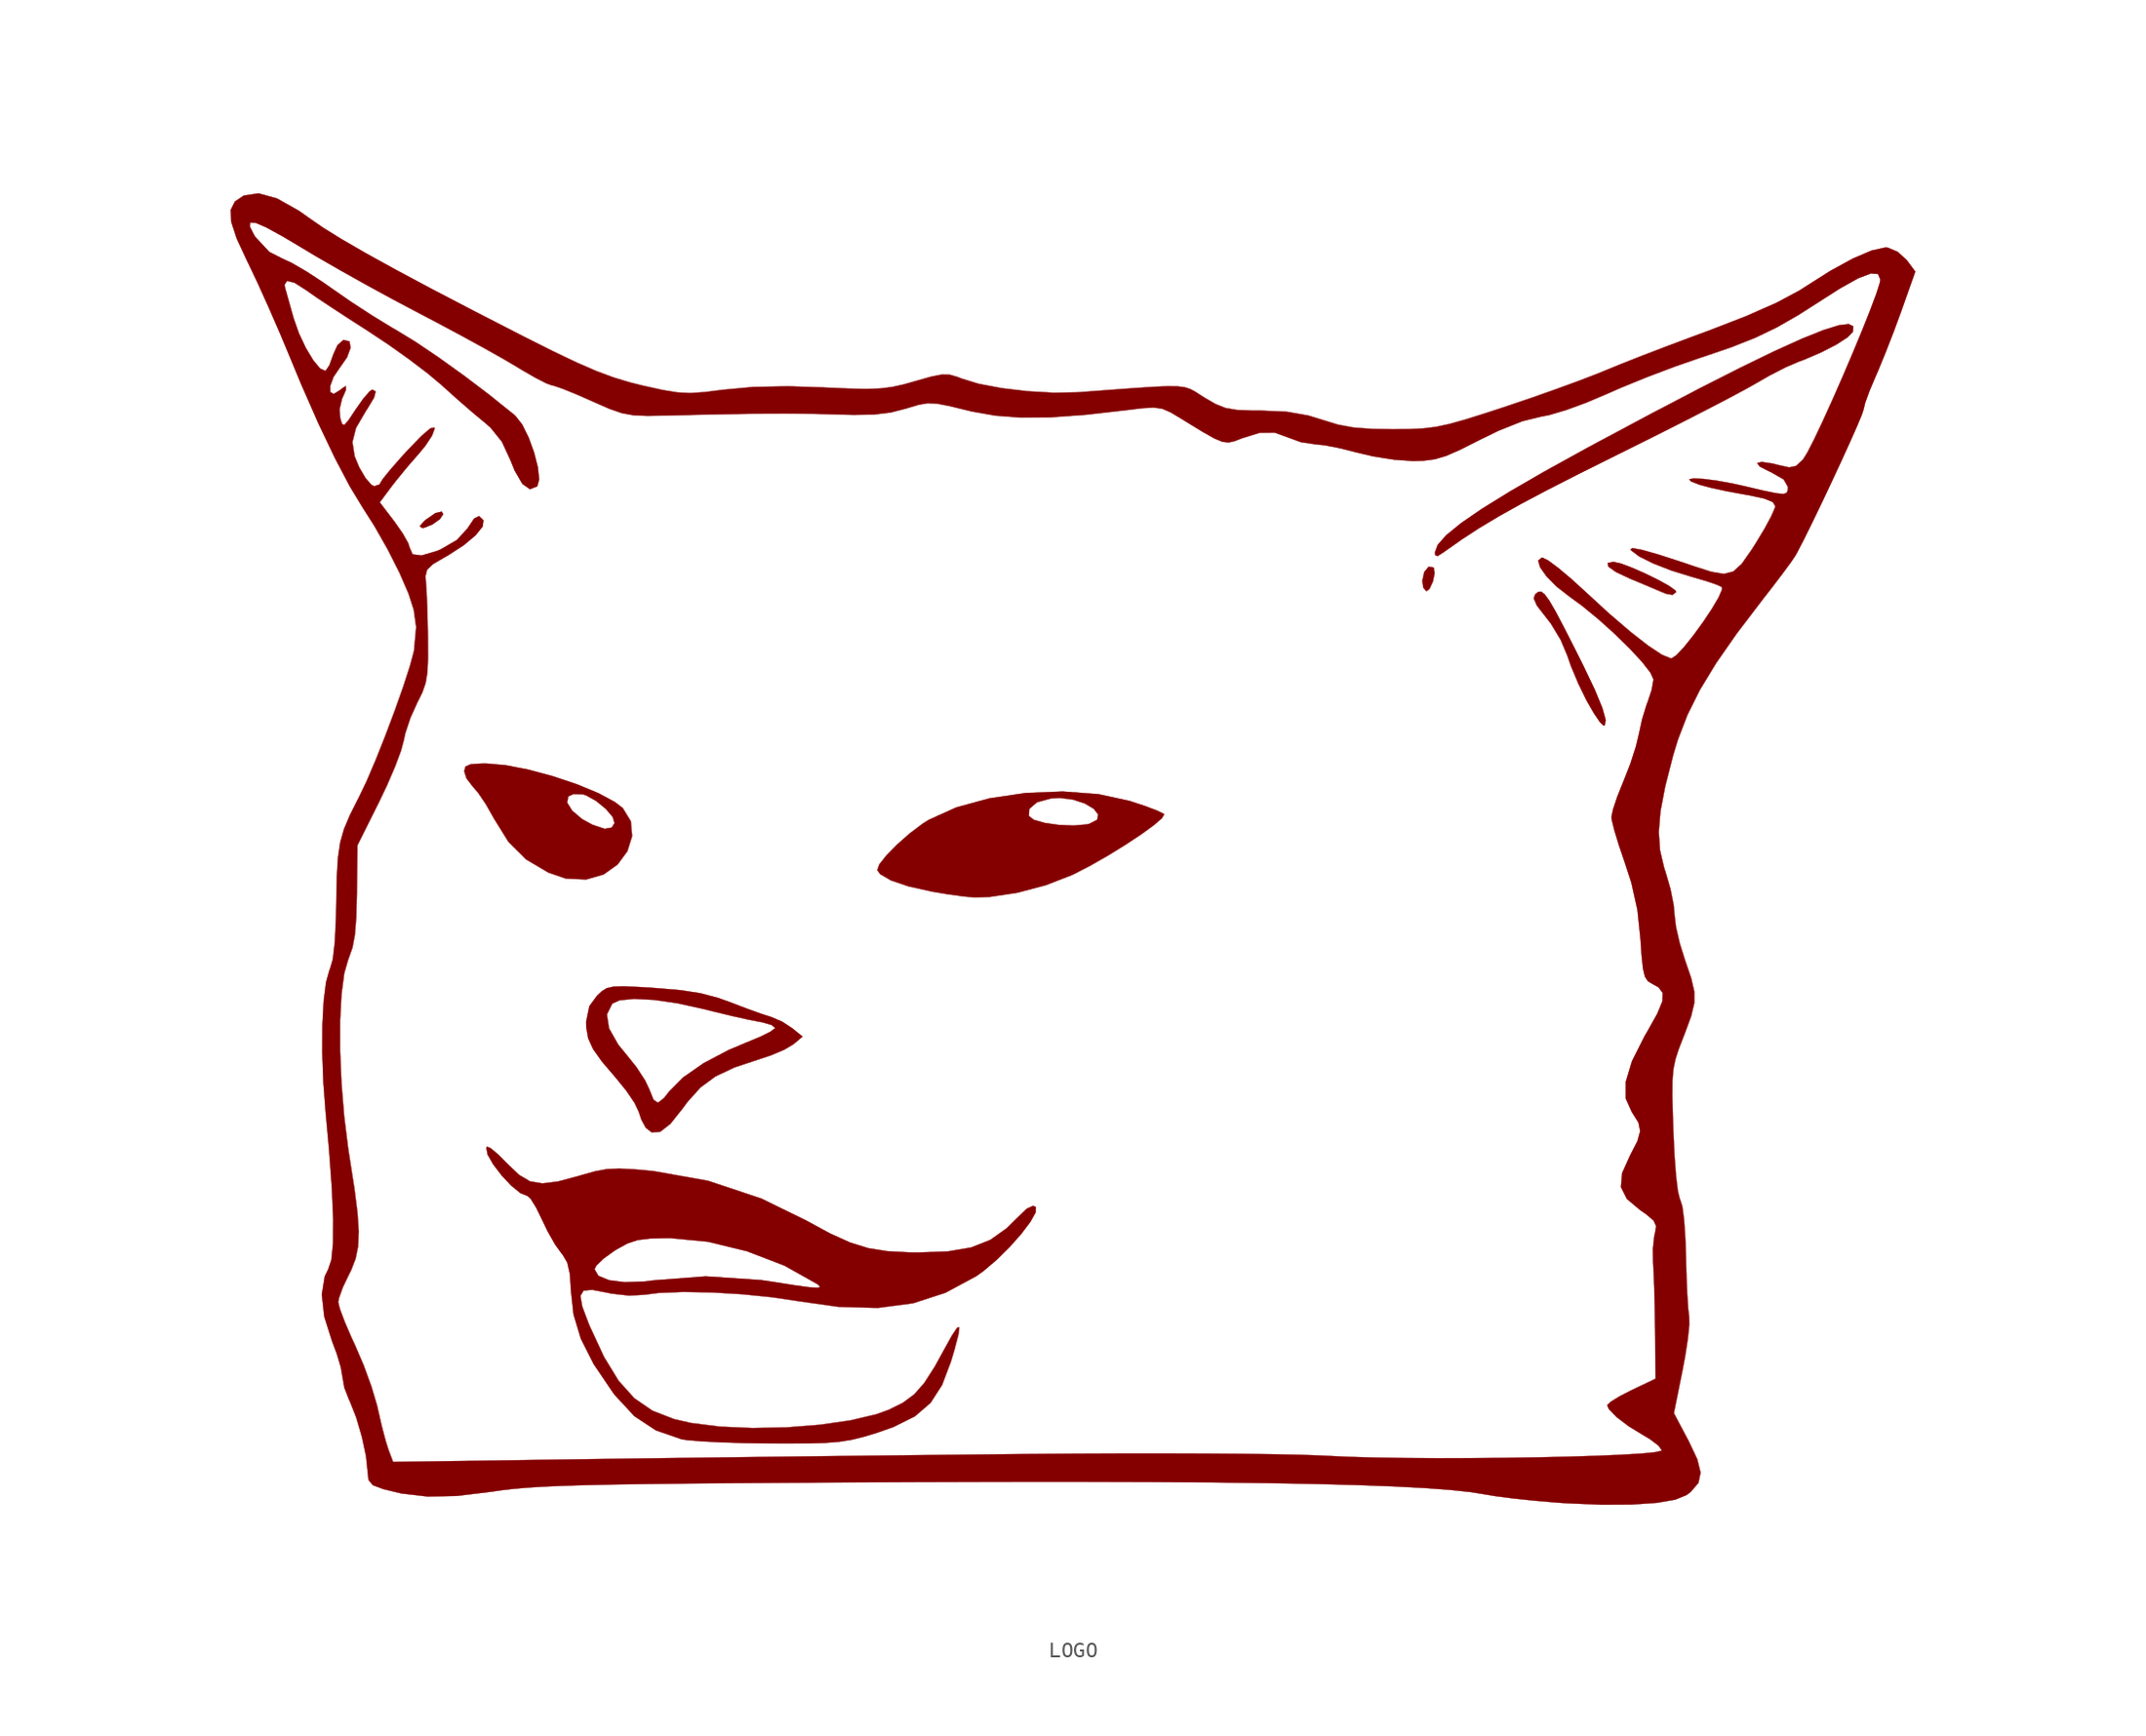
<source format=kicad_sym>
(kicad_symbol_lib
  (version 20220914)
  (generator "bitmap2component")
  (generator_version "8.0")
  (symbol "LOGO"
    (pin_names
      (offset 1.016))
    (property "Reference" "#G"
      (at 0 42.059 0)
      (effects (font (size 1.27 1.27)) hide))
    (symbol "LOGO_0_0"
      (polyline (pts (xy 36.432 -42.544) (xy 38.037 -42.435) (xy 39.235 -42.229) (xy 39.964 -41.931) (xy 40.235 -41.719) (xy 40.722 -41.15) (xy 40.859 -40.493) (xy 40.649 -39.636) (xy 40.097 -38.468) (xy 39.142 -36.667) (xy 39.706 -33.866) (xy 39.867 -33.005) (xy 40.042 -31.866) (xy 40.134 -30.971) (xy 40.125 -30.461) (xy 40.067 -29.992) (xy 40.007 -29.098) (xy 39.955 -27.92) (xy 39.919 -26.59) (xy 39.883 -25.475) (xy 39.801 -24.25) (xy 39.687 -23.374) (xy 39.552 -22.942) (xy 39.525 -22.896) (xy 39.399 -22.377) (xy 39.282 -21.418) (xy 39.182 -20.101) (xy 39.107 -18.509) (xy 39.075 -17.539) (xy 39.042 -16.228) (xy 39.05 -15.265) (xy 39.112 -14.53) (xy 39.241 -13.901) (xy 39.449 -13.257) (xy 39.749 -12.477) (xy 39.837 -12.256) (xy 40.249 -11.136) (xy 40.453 -10.293) (xy 40.453 -9.534) (xy 40.253 -8.672) (xy 39.856 -7.515) (xy 39.521 -6.445) (xy 39.275 -5.379) (xy 39.181 -4.579) (xy 39.129 -3.986) (xy 38.924 -2.947) (xy 38.617 -1.885) (xy 38.516 -1.577) (xy 38.252 -0.453) (xy 38.171 0.723) (xy 38.281 2.062) (xy 38.589 3.675) (xy 39.101 5.675) (xy 39.401 6.661) (xy 40.014 8.254) (xy 40.816 9.864) (xy 41.857 11.582) (xy 43.188 13.493) (xy 44.86 15.689) (xy 45.447 16.442) (xy 46.152 17.371) (xy 46.69 18.103) (xy 46.974 18.526) (xy 47.089 18.736) (xy 47.512 19.553) (xy 48.049 20.641) (xy 48.658 21.905) (xy 49.294 23.251) (xy 49.913 24.584) (xy 50.472 25.81) (xy 50.925 26.834) (xy 51.229 27.561) (xy 51.34 27.896) (xy 51.34 27.898) (xy 51.447 28.338) (xy 51.725 29.102) (xy 52.114 30.024) (xy 52.257 30.352) (xy 52.747 31.543) (xy 53.285 32.925) (xy 53.777 34.264) (xy 54.667 36.778) (xy 54.125 37.506) (xy 54.121 37.513) (xy 53.535 38.048) (xy 52.89 38.319) (xy 52.72 38.324) (xy 51.855 38.13) (xy 50.663 37.621) (xy 49.209 36.826) (xy 47.557 35.778) (xy 47.227 35.566) (xy 45.759 34.78) (xy 43.79 33.909) (xy 41.343 32.963) (xy 40.369 32.604) (xy 38.696 31.976) (xy 37.101 31.364) (xy 35.729 30.823) (xy 34.722 30.41) (xy 34.276 30.226) (xy 33.052 29.754) (xy 31.537 29.2) (xy 29.882 28.617) (xy 28.237 28.061) (xy 27.152 27.705) (xy 25.79 27.274) (xy 24.735 26.977) (xy 23.861 26.789) (xy 23.043 26.686) (xy 22.157 26.642) (xy 21.077 26.632) (xy 19.773 26.651) (xy 18.561 26.741) (xy 17.55 26.926) (xy 16.559 27.231) (xy 15.64 27.515) (xy 14.252 27.759) (xy 12.591 27.832) (xy 12.021 27.835) (xy 11.027 27.876) (xy 10.308 28.001) (xy 9.678 28.252) (xy 8.954 28.671) (xy 8.7 28.833) (xy 8.354 29.056) (xy 8.044 29.221) (xy 7.699 29.332) (xy 7.247 29.391) (xy 6.615 29.401) (xy 5.732 29.365) (xy 4.525 29.287) (xy 2.923 29.169) (xy 0.854 29.015) (xy 0.772 29.009) (xy -0.748 28.984) (xy -2.425 29.08) (xy -4.085 29.277) (xy -5.554 29.554) (xy -6.657 29.891) (xy -6.908 29.993) (xy -7.415 30.141) (xy -7.93 30.152) (xy -8.623 30.015) (xy -9.661 29.721) (xy -10.376 29.519) (xy -11.127 29.352) (xy -11.889 29.257) (xy -12.795 29.227) (xy -13.975 29.253) (xy -15.563 29.324) (xy -17.808 29.396) (xy -20.05 29.354) (xy -21.99 29.174) (xy -23.179 29.024) (xy -24.105 28.963) (xy -24.944 29.005) (xy -25.899 29.162) (xy -27.174 29.443) (xy -27.992 29.648) (xy -29.045 29.967) (xy -30.153 30.381) (xy -31.42 30.932) (xy -32.951 31.663) (xy -34.848 32.617) (xy -37.945 34.208) (xy -40.708 35.651) (xy -43.037 36.894) (xy -44.959 37.955) (xy -46.503 38.847) (xy -47.697 39.587) (xy -48.568 40.189) (xy -49.254 40.677) (xy -50.683 41.481) (xy -51.87 41.809) (xy -52.82 41.665) (xy -53.385 41.286) (xy -53.657 40.742) (xy -53.62 39.969) (xy -53.525 39.68) (xy -52.43 39.68) (xy -52.405 39.935) (xy -52.065 39.919) (xy -51.375 39.621) (xy -50.306 39.035) (xy -48.823 38.151) (xy -48.189 37.771) (xy -46.688 36.904) (xy -44.957 35.935) (xy -43.165 34.958) (xy -41.478 34.065) (xy -40.429 33.515) (xy -38.858 32.675) (xy -37.384 31.868) (xy -36.135 31.165) (xy -35.24 30.637) (xy -34.95 30.46) (xy -34.06 29.946) (xy -33.362 29.588) (xy -32.987 29.453) (xy -32.873 29.433) (xy -32.319 29.243) (xy -31.464 28.898) (xy -30.443 28.449) (xy -30.302 28.385) (xy -29.287 27.941) (xy -28.502 27.669) (xy -27.754 27.532) (xy -26.852 27.493) (xy -25.603 27.516) (xy -22.769 27.585) (xy -20.207 27.629) (xy -18.023 27.642) (xy -16.134 27.625) (xy -14.456 27.58) (xy -13.6 27.556) (xy -12.274 27.581) (xy -11.21 27.712) (xy -10.229 27.965) (xy -10.116 28.001) (xy -9.406 28.212) (xy -8.836 28.307) (xy -8.241 28.282) (xy -7.455 28.131) (xy -6.311 27.852) (xy -5.995 27.776) (xy -4.479 27.508) (xy -2.824 27.383) (xy -0.933 27.4) (xy 1.289 27.56) (xy 3.937 27.862) (xy 4.95 27.987) (xy 5.699 28.03) (xy 6.248 27.952) (xy 6.773 27.725) (xy 7.449 27.322) (xy 7.784 27.115) (xy 8.853 26.461) (xy 9.593 26.043) (xy 10.11 25.828) (xy 10.509 25.781) (xy 10.896 25.869) (xy 11.379 26.056) (xy 12.513 26.407) (xy 13.476 26.418) (xy 14.42 26.074) (xy 15.162 25.802) (xy 16.042 25.67) (xy 16.72 25.598) (xy 17.707 25.403) (xy 18.78 25.13) (xy 19.814 24.886) (xy 21.175 24.672) (xy 22.357 24.589) (xy 23.043 24.607) (xy 23.768 24.702) (xy 24.506 24.922) (xy 25.409 25.317) (xy 26.628 25.933) (xy 27.865 26.537) (xy 29.411 27.154) (xy 30.616 27.448) (xy 31.123 27.546) (xy 32.209 27.867) (xy 33.509 28.343) (xy 34.857 28.916) (xy 35.707 29.29) (xy 37.406 29.984) (xy 39.194 30.662) (xy 40.802 31.22) (xy 41.026 31.292) (xy 42.874 31.925) (xy 44.392 32.528) (xy 45.758 33.186) (xy 47.15 33.982) (xy 48.746 35.003) (xy 49.837 35.699) (xy 51.003 36.35) (xy 51.807 36.655) (xy 52.272 36.623) (xy 52.421 36.262) (xy 52.379 36.032) (xy 52.15 35.32) (xy 51.756 34.267) (xy 51.237 32.967) (xy 50.634 31.512) (xy 49.986 29.994) (xy 49.332 28.506) (xy 48.712 27.139) (xy 48.166 25.987) (xy 47.733 25.141) (xy 47.454 24.695) (xy 47.419 24.655) (xy 46.998 24.268) (xy 46.556 24.178) (xy 45.852 24.333) (xy 45.487 24.427) (xy 44.79 24.531) (xy 44.504 24.454) (xy 44.669 24.232) (xy 45.328 23.898) (xy 45.402 23.867) (xy 46.208 23.404) (xy 46.477 22.927) (xy 46.471 22.725) (xy 46.402 22.539) (xy 46.176 22.47) (xy 45.702 22.52) (xy 44.886 22.69) (xy 43.637 22.984) (xy 42.912 23.144) (xy 41.882 23.33) (xy 41.028 23.439) (xy 40.422 23.468) (xy 40.134 23.416) (xy 40.237 23.281) (xy 40.802 23.061) (xy 41.529 22.867) (xy 42.58 22.64) (xy 43.707 22.433) (xy 43.953 22.391) (xy 44.953 22.176) (xy 45.5 21.953) (xy 45.666 21.695) (xy 45.645 21.588) (xy 45.412 21.047) (xy 44.975 20.236) (xy 44.403 19.288) (xy 44.136 18.87) (xy 43.511 17.978) (xy 42.966 17.482) (xy 42.357 17.328) (xy 41.541 17.466) (xy 40.371 17.843) (xy 39.736 18.06) (xy 38.192 18.561) (xy 37.104 18.871) (xy 36.486 18.985) (xy 36.353 18.899) (xy 36.393 18.845) (xy 36.909 18.455) (xy 37.807 18.006) (xy 38.966 17.552) (xy 40.262 17.149) (xy 41.158 16.889) (xy 41.878 16.646) (xy 42.234 16.484) (xy 42.245 16.333) (xy 42.028 15.828) (xy 41.596 15.093) (xy 41.028 14.239) (xy 40.403 13.38) (xy 39.802 12.627) (xy 39.302 12.092) (xy 38.985 11.889) (xy 38.943 11.892) (xy 38.376 12.125) (xy 37.493 12.709) (xy 36.344 13.607) (xy 34.979 14.779) (xy 33.445 16.189) (xy 32.554 17.002) (xy 31.707 17.715) (xy 31.055 18.197) (xy 30.693 18.375) (xy 30.65 18.373) (xy 30.42 18.188) (xy 30.541 17.759) (xy 30.952 17.174) (xy 31.591 16.523) (xy 32.397 15.895) (xy 33.252 15.269) (xy 34.298 14.408) (xy 35.343 13.465) (xy 36.304 12.524) (xy 37.095 11.668) (xy 37.632 10.98) (xy 37.83 10.545) (xy 37.829 10.512) (xy 37.713 9.856) (xy 37.455 9.084) (xy 37.39 8.918) (xy 37.102 7.983) (xy 36.886 6.998) (xy 36.697 6.207) (xy 36.342 5.109) (xy 35.91 4.008) (xy 35.89 3.962) (xy 35.505 3) (xy 35.232 2.184) (xy 35.128 1.687) (xy 35.15 1.506) (xy 35.316 0.833) (xy 35.609 -0.13) (xy 35.986 -1.24) (xy 36.408 -2.54) (xy 36.799 -4.291) (xy 36.999 -6.215) (xy 37.064 -7.188) (xy 37.155 -8.056) (xy 37.281 -8.58) (xy 37.472 -8.873) (xy 37.757 -9.046) (xy 38.154 -9.266) (xy 38.426 -9.633) (xy 38.404 -10.169) (xy 38.078 -10.962) (xy 37.44 -12.101) (xy 37.255 -12.417) (xy 36.447 -14.027) (xy 36.049 -15.349) (xy 36.051 -16.427) (xy 36.445 -17.305) (xy 36.473 -17.344) (xy 36.865 -17.97) (xy 36.975 -18.52) (xy 36.798 -19.168) (xy 36.325 -20.089) (xy 35.818 -21.219) (xy 35.74 -22.119) (xy 36.119 -22.879) (xy 36.973 -23.6) (xy 37.347 -23.857) (xy 37.842 -24.276) (xy 38.004 -24.64) (xy 37.926 -25.094) (xy 37.882 -25.276) (xy 37.795 -26.096) (xy 37.809 -27.021) (xy 37.842 -27.574) (xy 37.883 -28.648) (xy 37.916 -29.961) (xy 37.936 -31.345) (xy 37.965 -34.452) (xy 36.411 -35.193) (xy 35.669 -35.574) (xy 35.082 -35.935) (xy 34.857 -36.159) (xy 34.969 -36.412) (xy 35.463 -36.92) (xy 36.251 -37.517) (xy 37.222 -38.111) (xy 37.598 -38.334) (xy 38.152 -38.752) (xy 38.37 -39.056) (xy 38.341 -39.088) (xy 37.919 -39.181) (xy 37.045 -39.266) (xy 35.786 -39.342) (xy 34.21 -39.41) (xy 32.382 -39.466) (xy 30.371 -39.511) (xy 28.242 -39.544) (xy 26.063 -39.562) (xy 23.901 -39.566) (xy 21.822 -39.553) (xy 19.893 -39.524) (xy 18.181 -39.476) (xy 16.753 -39.409) (xy 16.438 -39.393) (xy 15.181 -39.349) (xy 13.477 -39.313) (xy 11.393 -39.286) (xy 9 -39.269) (xy 6.365 -39.26) (xy 3.558 -39.262) (xy 0.648 -39.274) (xy -2.297 -39.296) (xy -4.729 -39.32) (xy -8.34 -39.358) (xy -12.171 -39.399) (xy -16.095 -39.444) (xy -19.985 -39.49) (xy -23.715 -39.536) (xy -27.158 -39.58) (xy -30.187 -39.621) (xy -43.216 -39.805) (xy -43.512 -39.026) (xy -43.697 -38.44) (xy -43.949 -37.483) (xy -44.192 -36.422) (xy -44.253 -36.158) (xy -44.611 -34.953) (xy -45.11 -33.584) (xy -45.661 -32.3) (xy -45.907 -31.768) (xy -46.338 -30.764) (xy -46.636 -29.97) (xy -46.747 -29.524) (xy -46.702 -29.269) (xy -46.458 -28.587) (xy -46.071 -27.775) (xy -45.906 -27.446) (xy -45.628 -26.726) (xy -45.469 -25.938) (xy -45.428 -24.99) (xy -45.505 -23.79) (xy -45.699 -22.246) (xy -46.008 -20.266) (xy -46.099 -19.685) (xy -46.361 -17.583) (xy -46.537 -15.438) (xy -46.624 -13.347) (xy -46.624 -11.404) (xy -46.535 -9.707) (xy -46.356 -8.35) (xy -46.088 -7.431) (xy -46.066 -7.383) (xy -45.829 -6.72) (xy -45.674 -5.892) (xy -45.585 -4.775) (xy -45.546 -3.243) (xy -45.511 -0.135) (xy -44.096 2.702) (xy -43.604 3.735) (xy -43.09 4.93) (xy -42.712 5.941) (xy -42.529 6.62) (xy -42.434 7.069) (xy -42.102 8.069) (xy -41.657 9.052) (xy -41.333 9.707) (xy -41.124 10.309) (xy -41.011 10.997) (xy -40.97 11.924) (xy -40.977 13.241) (xy -40.992 14.069) (xy -41.026 15.284) (xy -41.068 16.274) (xy -41.112 16.883) (xy -41.133 17.187) (xy -41.031 17.595) (xy -40.657 17.953) (xy -39.901 18.398) (xy -39.681 18.52) (xy -38.674 19.172) (xy -37.905 19.818) (xy -37.455 20.38) (xy -37.407 20.778) (xy -37.688 21.047) (xy -38.005 20.889) (xy -38.428 20.259) (xy -38.439 20.241) (xy -39.118 19.508) (xy -40.165 18.899) (xy -40.407 18.799) (xy -41.382 18.512) (xy -41.962 18.586) (xy -42.153 19.021) (xy -42.243 19.304) (xy -42.592 19.925) (xy -43.114 20.673) (xy -44.075 21.932) (xy -43.336 22.923) (xy -43.042 23.304) (xy -42.312 24.197) (xy -41.565 25.056) (xy -41.149 25.558) (xy -40.71 26.223) (xy -40.544 26.677) (xy -40.562 26.746) (xy -40.824 26.687) (xy -41.402 26.193) (xy -42.298 25.265) (xy -42.736 24.784) (xy -43.407 24.015) (xy -43.869 23.445) (xy -44.042 23.171) (xy -44.08 23.084) (xy -44.426 22.968) (xy -44.596 23.045) (xy -44.989 23.487) (xy -45.399 24.191) (xy -45.69 24.891) (xy -45.833 25.808) (xy -45.602 26.717) (xy -44.977 27.794) (xy -44.873 27.948) (xy -44.438 28.675) (xy -44.338 29.066) (xy -44.553 29.183) (xy -44.724 29.071) (xy -45.125 28.61) (xy -45.616 27.916) (xy -45.636 27.885) (xy -46.098 27.193) (xy -46.358 26.906) (xy -46.502 26.974) (xy -46.617 27.35) (xy -46.661 27.919) (xy -46.5 28.6) (xy -46.495 28.609) (xy -46.244 29.181) (xy -46.258 29.413) (xy -46.531 29.237) (xy -46.608 29.162) (xy -47.034 28.904) (xy -47.254 29.027) (xy -47.26 29.428) (xy -47.048 30.002) (xy -46.611 30.644) (xy -46.182 31.256) (xy -45.953 31.87) (xy -46.018 32.283) (xy -46.392 32.377) (xy -46.416 32.372) (xy -46.791 32.045) (xy -47.072 31.425) (xy -47.082 31.386) (xy -47.311 30.754) (xy -47.547 30.405) (xy -47.577 30.391) (xy -47.908 30.538) (xy -48.347 31.065) (xy -48.824 31.856) (xy -49.27 32.798) (xy -49.614 33.777) (xy -49.788 34.398) (xy -50.019 35.22) (xy -50.164 35.736) (xy -50.198 35.93) (xy -50.04 36.182) (xy -49.558 36.063) (xy -48.799 35.579) (xy -48.743 35.538) (xy -48.142 35.119) (xy -47.216 34.501) (xy -46.082 33.76) (xy -44.855 32.972) (xy -43.523 32.088) (xy -42.18 31.133) (xy -40.987 30.225) (xy -40.102 29.481) (xy -40.014 29.4) (xy -39.055 28.54) (xy -38.101 27.711) (xy -37.345 27.084) (xy -36.952 26.744) (xy -36.218 25.832) (xy -35.651 24.602) (xy -35.402 23.982) (xy -34.902 23.119) (xy -34.413 22.776) (xy -33.946 22.961) (xy -33.824 23.41) (xy -33.907 24.186) (xy -34.149 25.136) (xy -34.501 26.105) (xy -34.918 26.943) (xy -35.351 27.495) (xy -35.549 27.661) (xy -37.039 28.858) (xy -38.661 30.087) (xy -40.278 31.248) (xy -41.757 32.247) (xy -42.964 32.985) (xy -43.289 33.172) (xy -44.557 33.947) (xy -45.933 34.844) (xy -47.174 35.705) (xy -47.708 36.08) (xy -48.772 36.775) (xy -49.722 37.328) (xy -50.401 37.647) (xy -51.172 38.041) (xy -52.072 39) (xy -52.171 39.161) (xy -52.43 39.68) (xy -53.525 39.68) (xy -53.27 38.9) (xy -52.604 37.463) (xy -52.52 37.296) (xy -51.919 36.03) (xy -51.216 34.472) (xy -50.491 32.805) (xy -49.825 31.21) (xy -49.134 29.544) (xy -48.025 27.019) (xy -46.97 24.803) (xy -46.005 22.967) (xy -45.162 21.578) (xy -44.422 20.415) (xy -43.559 18.898) (xy -42.802 17.399) (xy -42.221 16.058) (xy -41.886 15.016) (xy -41.731 13.911) (xy -41.87 12.374) (xy -42.131 11.405) (xy -42.56 10.08) (xy -43.105 8.539) (xy -43.714 6.921) (xy -44.334 5.363) (xy -44.914 4.004) (xy -45.401 2.984) (xy -45.449 2.892) (xy -45.993 1.814) (xy -46.373 0.913) (xy -46.619 0.047) (xy -46.763 -0.929) (xy -46.836 -2.158) (xy -46.869 -3.783) (xy -46.888 -4.75) (xy -46.965 -6.365) (xy -47.095 -7.476) (xy -47.281 -8.104) (xy -47.309 -8.159) (xy -47.528 -8.941) (xy -47.68 -10.151) (xy -47.762 -11.689) (xy -47.771 -13.458) (xy -47.703 -15.359) (xy -47.556 -17.294) (xy -47.342 -19.642) (xy -47.156 -22.173) (xy -47.068 -24.201) (xy -47.079 -25.741) (xy -47.187 -26.808) (xy -47.393 -27.42) (xy -47.612 -27.864) (xy -47.8 -29.029) (xy -47.644 -30.448) (xy -47.147 -32.02) (xy -46.844 -32.828) (xy -46.579 -33.714) (xy -46.476 -34.317) (xy -46.352 -35.024) (xy -46.05 -35.803) (xy -45.993 -35.915) (xy -45.588 -36.94) (xy -45.222 -38.19) (xy -44.958 -39.426) (xy -44.855 -40.411) (xy -44.797 -40.965) (xy -44.51 -41.301) (xy -43.842 -41.551) (xy -42.69 -41.83) (xy -40.989 -42.029) (xy -39.104 -41.99) (xy -36.884 -41.719) (xy -36.273 -41.629) (xy -35.505 -41.539) (xy -34.63 -41.462) (xy -33.598 -41.396) (xy -32.362 -41.341) (xy -30.874 -41.295) (xy -29.086 -41.256) (xy -26.949 -41.223) (xy -24.416 -41.194) (xy -21.439 -41.168) (xy -17.969 -41.144) (xy -15.531 -41.129) (xy -9.557 -41.1) (xy -4.098 -41.084) (xy 0.863 -41.082) (xy 5.344 -41.095) (xy 9.363 -41.121) (xy 12.938 -41.163) (xy 16.086 -41.22) (xy 18.826 -41.292) (xy 21.175 -41.38) (xy 23.151 -41.484) (xy 24.773 -41.604) (xy 26.057 -41.741) (xy 27.021 -41.895) (xy 27.631 -41.998) (xy 28.803 -42.151) (xy 30.193 -42.298) (xy 31.615 -42.418) (xy 32.252 -42.461) (xy 34.483 -42.554) (xy 36.432 -42.544)) (stroke (width 0.01) (type default)) (fill (type outline)))
      (polyline (pts (xy -16.564 -38.612) (xy -15.414 -38.579) (xy -14.511 -38.506) (xy -13.738 -38.382) (xy -12.976 -38.195) (xy -12.11 -37.933) (xy -11.048 -37.56) (xy -9.665 -36.871) (xy -8.655 -36.004) (xy -7.915 -34.856) (xy -7.339 -33.329) (xy -7.118 -32.582) (xy -6.865 -31.614) (xy -6.804 -31.144) (xy -6.942 -31.166) (xy -7.281 -31.673) (xy -7.827 -32.66) (xy -8.382 -33.67) (xy -9.054 -34.719) (xy -9.704 -35.458) (xy -10.435 -35.999) (xy -11.353 -36.455) (xy -12.138 -36.737) (xy -13.796 -37.129) (xy -15.768 -37.414) (xy -17.916 -37.583) (xy -20.103 -37.626) (xy -22.193 -37.535) (xy -24.049 -37.301) (xy -25.154 -37.048) (xy -26.542 -36.508) (xy -27.707 -35.708) (xy -28.72 -34.578) (xy -29.654 -33.049) (xy -30.58 -31.052) (xy -30.642 -30.904) (xy -31.054 -29.807) (xy -31.174 -29.119) (xy -30.97 -28.779) (xy -30.412 -28.729) (xy -29.468 -28.909) (xy -29.172 -28.972) (xy -28.042 -29.099) (xy -27.082 -29.047) (xy -26.118 -28.926) (xy -24.564 -28.865) (xy -22.738 -28.895) (xy -20.785 -29.011) (xy -18.847 -29.206) (xy -17.067 -29.473) (xy -14.57 -29.824) (xy -12.041 -29.892) (xy -9.776 -29.593) (xy -7.694 -28.917) (xy -5.715 -27.852) (xy -5.246 -27.518) (xy -4.403 -26.802) (xy -3.566 -25.973) (xy -2.815 -25.126) (xy -2.232 -24.354) (xy -1.895 -23.749) (xy -1.886 -23.406) (xy -2.062 -23.328) (xy -2.479 -23.521) (xy -3.116 -24.137) (xy -3.746 -24.761) (xy -4.808 -25.518) (xy -6.035 -26.004) (xy -7.546 -26.261) (xy -9.457 -26.33) (xy -9.966 -26.324) (xy -11.42 -26.249) (xy -12.652 -26.053) (xy -13.829 -25.688) (xy -15.115 -25.106) (xy -16.676 -24.259) (xy -19.531 -22.862) (xy -22.963 -21.717) (xy -26.481 -21.093) (xy -27.664 -20.984) (xy -28.677 -20.932) (xy -29.47 -20.968) (xy -30.213 -21.103) (xy -31.075 -21.346) (xy -31.248 -21.398) (xy -32.61 -21.762) (xy -33.621 -21.886) (xy -34.413 -21.752) (xy -35.114 -21.339) (xy -35.855 -20.63) (xy -36.44 -20.042) (xy -36.932 -19.626) (xy -37.178 -19.524) (xy -37.219 -19.595) (xy -37.137 -20.031) (xy -36.775 -20.664) (xy -36.236 -21.37) (xy -35.62 -22.026) (xy -35.029 -22.509) (xy -34.563 -22.698) (xy -34.363 -22.881) (xy -34.018 -23.442) (xy -33.624 -24.249) (xy -33.28 -24.965) (xy -32.794 -25.822) (xy -32.384 -26.39) (xy -32.315 -26.467) (xy -32.017 -26.974) (xy -31.919 -27.406) (xy -30.264 -27.406) (xy -30.153 -27.18) (xy -29.686 -26.723) (xy -28.98 -26.216) (xy -28.847 -26.133) (xy -28.149 -25.749) (xy -27.493 -25.53) (xy -26.684 -25.43) (xy -25.53 -25.405) (xy -25.387 -25.406) (xy -22.969 -25.637) (xy -20.456 -26.248) (xy -18.047 -27.175) (xy -15.943 -28.357) (xy -15.862 -28.415) (xy -15.755 -28.55) (xy -15.931 -28.601) (xy -16.452 -28.564) (xy -17.381 -28.437) (xy -18.78 -28.217) (xy -19.556 -28.102) (xy -23.116 -27.863) (xy -26.497 -28.123) (xy -27.064 -28.196) (xy -28.321 -28.24) (xy -29.337 -28.11) (xy -30.016 -27.827) (xy -30.264 -27.406) (xy -31.919 -27.406) (xy -31.85 -27.708) (xy -31.777 -28.824) (xy -31.615 -30.31) (xy -31.144 -31.875) (xy -30.32 -33.507) (xy -29.093 -35.321) (xy -28.946 -35.516) (xy -27.695 -36.863) (xy -26.313 -37.775) (xy -24.661 -38.346) (xy -24.285 -38.404) (xy -23.367 -38.48) (xy -22.103 -38.544) (xy -20.608 -38.59) (xy -18.996 -38.613) (xy -18.08 -38.617) (xy -16.564 -38.612)) (stroke (width 0.01) (type default)) (fill (type outline)))
      (polyline (pts (xy -26.043 -18.564) (xy -25.385 -18.054) (xy -24.586 -17.05) (xy -24.287 -16.641) (xy -23.452 -15.713) (xy -22.489 -15.002) (xy -21.261 -14.421) (xy -19.632 -13.881) (xy -18.927 -13.647) (xy -18.048 -13.273) (xy -17.471 -12.929) (xy -16.888 -12.437) (xy -17.564 -11.892) (xy -18.204 -11.475) (xy -18.915 -11.172) (xy -18.939 -11.165) (xy -19.548 -10.97) (xy -20.458 -10.642) (xy -21.482 -10.25) (xy -22.308 -9.952) (xy -23.443 -9.652) (xy -24.742 -9.451) (xy -26.392 -9.312) (xy -27.424 -9.248) (xy -28.408 -9.206) (xy -29.053 -9.226) (xy -29.475 -9.324) (xy -29.788 -9.516) (xy -30.108 -9.817) (xy -30.596 -10.482) (xy -30.706 -11.015) (xy -29.468 -11.015) (xy -29.129 -10.322) (xy -28.659 -10.104) (xy -27.722 -10.011) (xy -26.448 -10.076) (xy -24.93 -10.295) (xy -23.261 -10.662) (xy -22.646 -10.816) (xy -21.423 -11.111) (xy -20.368 -11.347) (xy -19.658 -11.485) (xy -19.473 -11.518) (xy -18.883 -11.69) (xy -18.645 -11.878) (xy -18.65 -11.898) (xy -18.947 -12.121) (xy -19.61 -12.452) (xy -20.511 -12.825) (xy -21.626 -13.294) (xy -23.252 -14.151) (xy -24.572 -15.071) (xy -25.472 -15.982) (xy -25.792 -16.39) (xy -26.181 -16.696) (xy -26.466 -16.509) (xy -26.748 -15.817) (xy -27.013 -15.258) (xy -27.571 -14.4) (xy -28.255 -13.548) (xy -28.738 -12.959) (xy -29.334 -11.907) (xy -29.468 -11.015) (xy -30.706 -11.015) (xy -30.804 -11.489) (xy -30.793 -11.86) (xy -30.67 -12.554) (xy -30.357 -13.24) (xy -29.787 -14.044) (xy -28.892 -15.094) (xy -28.222 -15.917) (xy -27.694 -16.695) (xy -27.427 -17.254) (xy -27.246 -17.791) (xy -26.966 -18.305) (xy -26.591 -18.599) (xy -26.043 -18.564)) (stroke (width 0.01) (type default)) (fill (type outline)))
      (polyline (pts (xy -4.868 -3.455) (xy -3.095 -3.189) (xy -1.247 -2.7) (xy 0.447 -2.042) (xy 0.579 -1.979) (xy 1.632 -1.433) (xy 2.763 -0.786) (xy 3.88 -0.097) (xy 4.891 0.573) (xy 5.703 1.163) (xy 6.226 1.613) (xy 6.368 1.863) (xy 6.328 1.899) (xy 5.9 2.107) (xy 5.124 2.401) (xy 4.131 2.727) (xy 2.133 3.159) (xy -0.158 3.328) (xy -2.542 3.233) (xy -4.872 2.888) (xy -7 2.307) (xy -8.217 1.756) (xy -2.338 1.756) (xy -2.298 2.219) (xy -1.808 2.637) (xy -0.907 2.886) (xy -0.337 2.916) (xy 0.52 2.806) (xy 1.272 2.556) (xy 1.835 2.22) (xy 2.125 1.853) (xy 2.059 1.512) (xy 1.554 1.251) (xy 1.383 1.212) (xy 0.55 1.139) (xy -0.404 1.178) (xy -1.313 1.308) (xy -2.013 1.508) (xy -2.338 1.756) (xy -8.217 1.756) (xy -8.777 1.503) (xy -9.169 1.254) (xy -9.997 0.63) (xy -10.806 -0.083) (xy -11.493 -0.781) (xy -11.953 -1.364) (xy -12.081 -1.73) (xy -11.897 -1.984) (xy -11.2 -2.392) (xy -10.062 -2.777) (xy -8.544 -3.115) (xy -7.478 -3.292) (xy -6.487 -3.426) (xy -5.81 -3.486) (xy -4.868 -3.455)) (stroke (width 0.01) (type default)) (fill (type outline)))
      (polyline (pts (xy -30.794 -2.33) (xy -29.678 -2.009) (xy -28.778 -1.365) (xy -28.149 -0.508) (xy -27.848 0.454) (xy -27.93 1.414) (xy -28.449 2.263) (xy -28.954 2.653) (xy -30.021 3.225) (xy -31.392 3.792) (xy -32.933 4.31) (xy -34.508 4.735) (xy -35.982 5.023) (xy -37.222 5.131) (xy -37.53 5.129) (xy -38.231 5.081) (xy -38.559 4.931) (xy -38.641 4.636) (xy -38.494 4.171) (xy -38.071 3.622) (xy -37.762 3.269) (xy -37.317 2.615) (xy -32.025 2.615) (xy -31.953 3.013) (xy -31.617 3.164) (xy -31.006 3.148) (xy -30.805 3.082) (xy -30.155 2.719) (xy -29.535 2.21) (xy -29.093 1.69) (xy -28.977 1.294) (xy -29.157 1.008) (xy -29.613 0.927) (xy -30.399 1.19) (xy -31.07 1.56) (xy -31.7 2.094) (xy -32.025 2.615) (xy -37.317 2.615) (xy -37.249 2.514) (xy -36.745 1.621) (xy -36.741 1.613) (xy -35.794 0.087) (xy -34.671 -1.034) (xy -33.236 -1.885) (xy -32.122 -2.27) (xy -30.814 -2.332) (xy -30.794 -2.33)) (stroke (width 0.01) (type default)) (fill (type outline)))
      (polyline (pts (xy 34.694 7.581) (xy 34.761 7.922) (xy 34.546 8.698) (xy 34.054 9.891) (xy 33.293 11.484) (xy 32.831 12.406) (xy 32.093 13.861) (xy 31.539 14.912) (xy 31.13 15.614) (xy 30.831 16.021) (xy 30.606 16.188) (xy 30.417 16.168) (xy 30.227 16.014) (xy 30.135 15.756) (xy 30.338 15.288) (xy 30.909 14.553) (xy 31.24 14.124) (xy 31.864 13.089) (xy 32.283 12.098) (xy 32.532 11.385) (xy 33.004 10.262) (xy 33.531 9.182) (xy 33.533 9.178) (xy 33.999 8.366) (xy 34.393 7.787) (xy 34.63 7.566) (xy 34.694 7.581)) (stroke (width 0.01) (type default)) (fill (type outline)))
      (polyline (pts (xy 39.286 16.164) (xy 39.236 16.268) (xy 38.831 16.558) (xy 38.142 16.941) (xy 37.306 17.352) (xy 36.457 17.726) (xy 35.73 17.999) (xy 35.261 18.104) (xy 34.886 18.027) (xy 34.933 17.797) (xy 35.41 17.456) (xy 36.276 17.044) (xy 36.857 16.802) (xy 37.685 16.454) (xy 38.235 16.218) (xy 38.644 16.051) (xy 39.059 15.98) (xy 39.286 16.164)) (stroke (width 0.01) (type default)) (fill (type outline)))
      (polyline (pts (xy 23.427 16.362) (xy 23.645 16.833) (xy 23.759 17.378) (xy 23.694 17.739) (xy 23.689 17.744) (xy 23.371 17.787) (xy 23.089 17.447) (xy 22.968 16.872) (xy 23.032 16.444) (xy 23.233 16.213) (xy 23.427 16.362)) (stroke (width 0.01) (type default)) (fill (type outline)))
      (polyline (pts (xy 24.387 18.755) (xy 24.469 18.815) (xy 25.516 19.553) (xy 26.62 20.273) (xy 27.854 21.014) (xy 29.29 21.817) (xy 31 22.724) (xy 33.057 23.773) (xy 35.533 25.007) (xy 35.939 25.208) (xy 37.855 26.164) (xy 39.676 27.084) (xy 41.324 27.929) (xy 42.721 28.657) (xy 43.789 29.228) (xy 44.45 29.603) (xy 45.325 30.105) (xy 46.345 30.627) (xy 47.152 30.974) (xy 47.535 31.116) (xy 48.627 31.585) (xy 49.598 32.087) (xy 50.317 32.551) (xy 50.656 32.906) (xy 50.683 33.25) (xy 50.389 33.401) (xy 49.747 33.322) (xy 48.743 33.009) (xy 47.364 32.454) (xy 45.593 31.651) (xy 43.418 30.594) (xy 40.823 29.277) (xy 37.794 27.693) (xy 34.317 25.837) (xy 33.529 25.411) (xy 30.825 23.918) (xy 28.59 22.625) (xy 26.806 21.521) (xy 25.452 20.591) (xy 24.509 19.822) (xy 23.958 19.201) (xy 23.779 18.715) (xy 23.794 18.54) (xy 23.951 18.475) (xy 24.387 18.755)) (stroke (width 0.01) (type default)) (fill (type outline)))
      (polyline (pts (xy -41.221 20.296) (xy -40.696 20.505) (xy -40.207 20.85) (xy -39.992 21.174) (xy -40.092 21.336) (xy -40.492 21.24) (xy -41.11 20.815) (xy -41.209 20.73) (xy -41.505 20.391) (xy -41.343 20.284) (xy -41.221 20.296)) (stroke (width 0.01) (type default)) (fill (type outline))))))
</source>
